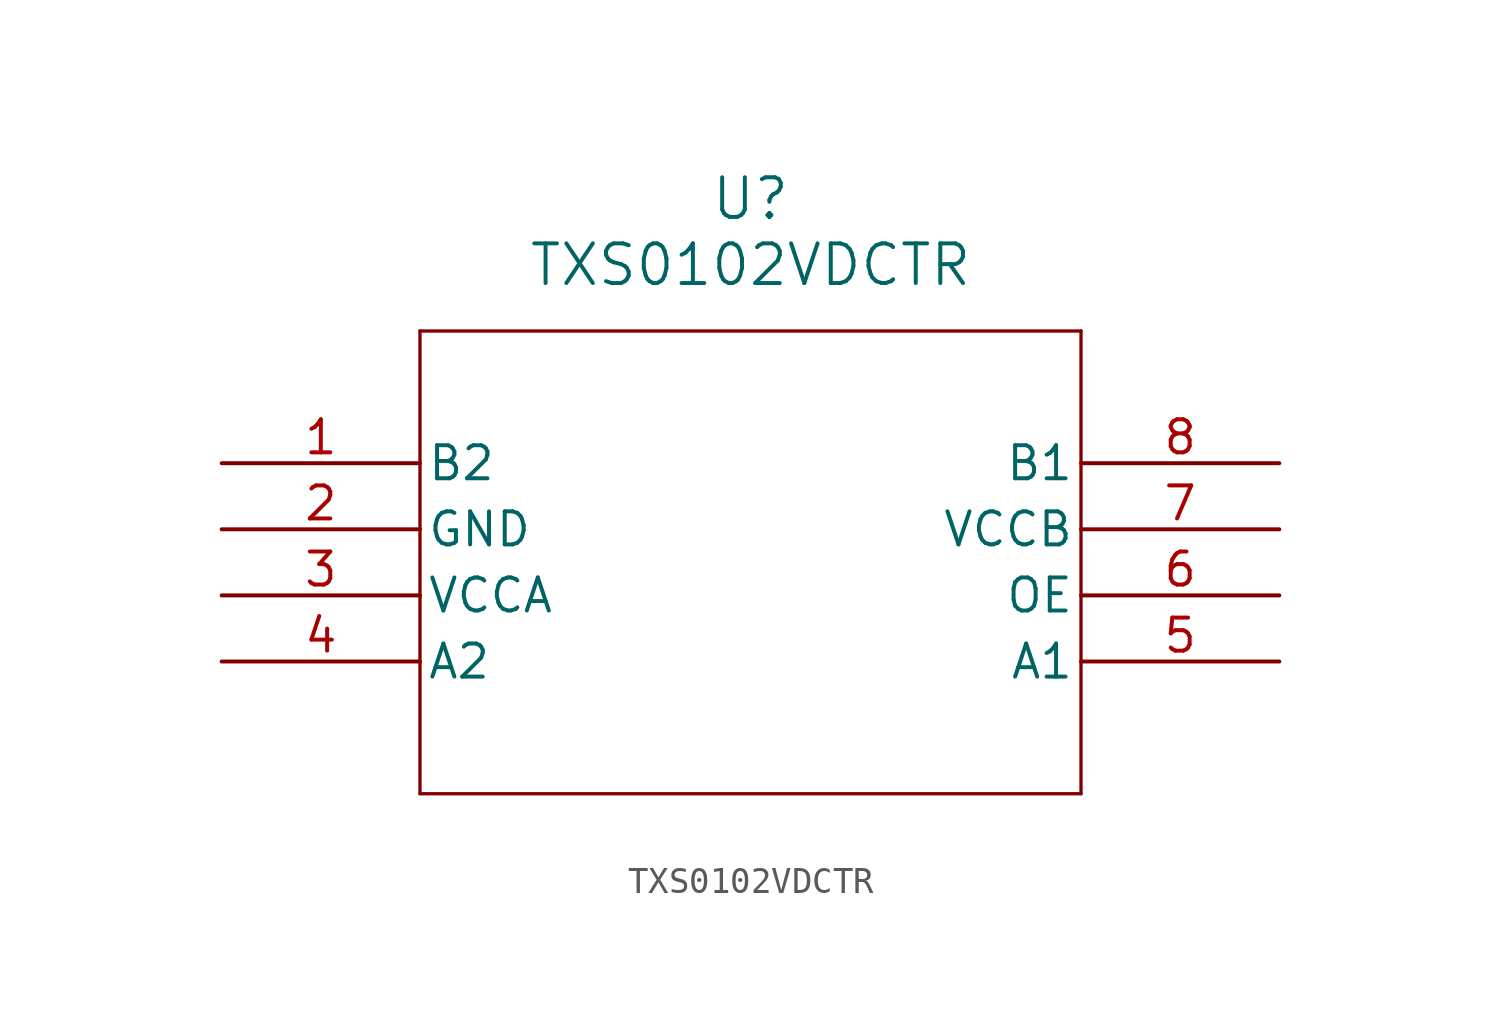
<source format=kicad_sym>
(kicad_symbol_lib
  (version 20211014)
  (generator kicad_symbol_editor)
  (symbol "TXS0102VDCTR"
    (pin_names
      (offset 0.254))
    (property "Reference" "U"
      (at 20.32 10.16 0)
      (effects (font (size 1.524 1.524))))
    (property "Value" "TXS0102VDCTR"
      (at 20.32 7.62 0)
      (effects (font (size 1.524 1.524))))
    (symbol "TXS0102VDCTR_0_1"
      (polyline (pts (xy 7.62 5.08) (xy 7.62 -12.7)) (stroke (width 0.127) (type default) (color 0 0 0 0)) (fill (type none)))
      (polyline (pts (xy 7.62 -12.7) (xy 33.02 -12.7)) (stroke (width 0.127) (type default) (color 0 0 0 0)) (fill (type none)))
      (polyline (pts (xy 33.02 -12.7) (xy 33.02 5.08)) (stroke (width 0.127) (type default) (color 0 0 0 0)) (fill (type none)))
      (polyline (pts (xy 33.02 5.08) (xy 7.62 5.08)) (stroke (width 0.127) (type default) (color 0 0 0 0)) (fill (type none)))
      (pin bidirectional line (at 0 0 0) (length 7.62) (name "B2" (effects (font (size 1.27 1.27)))) (number "1" (effects (font (size 1.27 1.27)))))
      (pin power_out line (at 0 -2.54 0) (length 7.62) (name "GND" (effects (font (size 1.27 1.27)))) (number "2" (effects (font (size 1.27 1.27)))))
      (pin power_in line (at 0 -5.08 0) (length 7.62) (name "VCCA" (effects (font (size 1.27 1.27)))) (number "3" (effects (font (size 1.27 1.27)))))
      (pin bidirectional line (at 0 -7.62 0) (length 7.62) (name "A2" (effects (font (size 1.27 1.27)))) (number "4" (effects (font (size 1.27 1.27)))))
      (pin bidirectional line (at 40.64 -7.62 180) (length 7.62) (name "A1" (effects (font (size 1.27 1.27)))) (number "5" (effects (font (size 1.27 1.27)))))
      (pin input line (at 40.64 -5.08 180) (length 7.62) (name "OE" (effects (font (size 1.27 1.27)))) (number "6" (effects (font (size 1.27 1.27)))))
      (pin power_in line (at 40.64 -2.54 180) (length 7.62) (name "VCCB" (effects (font (size 1.27 1.27)))) (number "7" (effects (font (size 1.27 1.27)))))
      (pin bidirectional line (at 40.64 0 180) (length 7.62) (name "B1" (effects (font (size 1.27 1.27)))) (number "8" (effects (font (size 1.27 1.27))))))))
</source>
